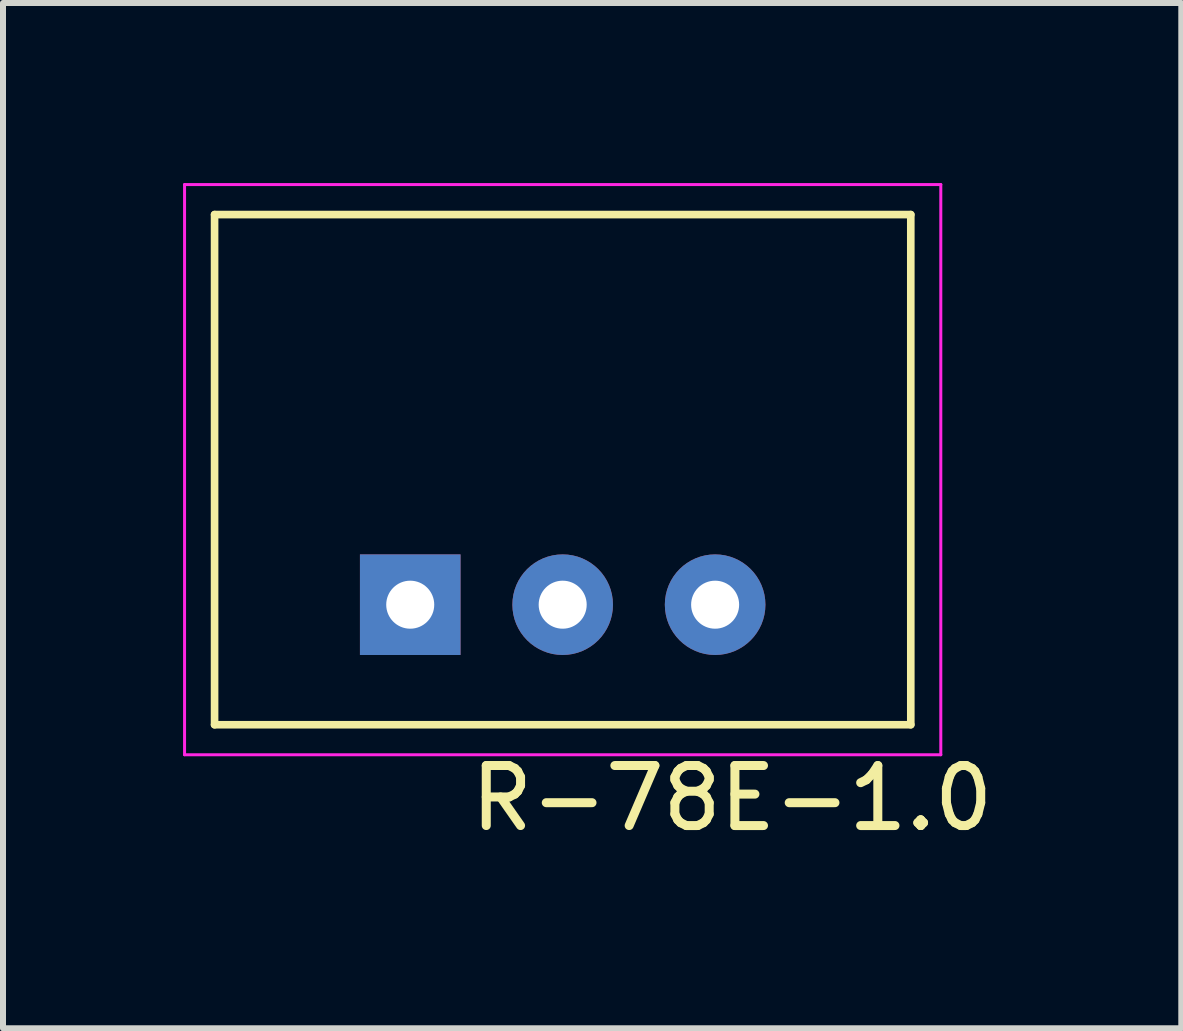
<source format=kicad_pcb>
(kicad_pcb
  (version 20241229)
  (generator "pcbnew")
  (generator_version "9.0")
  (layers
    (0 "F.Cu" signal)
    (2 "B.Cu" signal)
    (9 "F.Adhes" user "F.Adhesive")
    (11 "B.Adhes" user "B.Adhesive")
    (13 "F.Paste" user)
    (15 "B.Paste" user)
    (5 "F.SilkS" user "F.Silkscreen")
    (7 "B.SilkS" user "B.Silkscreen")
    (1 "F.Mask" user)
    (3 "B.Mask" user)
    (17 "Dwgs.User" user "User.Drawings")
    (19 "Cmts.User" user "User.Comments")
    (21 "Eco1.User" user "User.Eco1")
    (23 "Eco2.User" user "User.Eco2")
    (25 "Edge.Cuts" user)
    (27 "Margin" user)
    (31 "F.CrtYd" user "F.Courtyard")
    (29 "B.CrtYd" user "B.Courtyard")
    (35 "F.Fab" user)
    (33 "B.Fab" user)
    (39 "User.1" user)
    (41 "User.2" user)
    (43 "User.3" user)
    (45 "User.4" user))
  (footprint "R-78E-1.0"
    (layer "F.Cu")
    (at 6.325 7.025)
    (property "Reference" "R-78E-1.0" (at -1.61 3.81 0) (layer "F.SilkS") (effects (font (size 1 1) (thickness 0.15)) (justify left bottom)))
    (attr through_hole)
    (fp_line (start -5.8 -6.5) (end -5.8 2) (stroke (width 0.127) (type solid)) (layer "F.SilkS"))
    (fp_line (start -5.8 2) (end 5.8 2) (stroke (width 0.127) (type solid)) (layer "F.SilkS"))
    (fp_line (start 5.8 -6.5) (end -5.8 -6.5) (stroke (width 0.127) (type solid)) (layer "F.SilkS"))
    (fp_line (start 5.8 2) (end 5.8 -6.5) (stroke (width 0.127) (type solid)) (layer "F.SilkS"))
    (fp_line (start -6.3 -7) (end -6.3 2.5) (stroke (width 0.05) (type solid)) (layer "F.CrtYd"))
    (fp_line (start -6.3 2.5) (end 6.3 2.5) (stroke (width 0.05) (type solid)) (layer "F.CrtYd"))
    (fp_line (start 6.3 -7) (end -6.3 -7) (stroke (width 0.05) (type solid)) (layer "F.CrtYd"))
    (fp_line (start 6.3 2.5) (end 6.3 -7) (stroke (width 0.05) (type solid)) (layer "F.CrtYd"))
    (pad "1" thru_hole rect (at -2.54 0) (size 1.676 1.676) (drill 0.8) (layers "*.Cu" "*.Mask"))
    (pad "2" thru_hole circle (at 0 0) (size 1.676 1.676) (drill 0.8) (layers "*.Cu" "*.Mask"))
    (pad "3" thru_hole circle (at 2.54 0) (size 1.676 1.676) (drill 0.8) (layers "*.Cu" "*.Mask")))
  (gr_rect
    (start -3 -3)
    (end 16.632 14.082)
    (stroke (width 0.1) (type default))
    (fill no)
    (layer "Edge.Cuts")))
</source>
